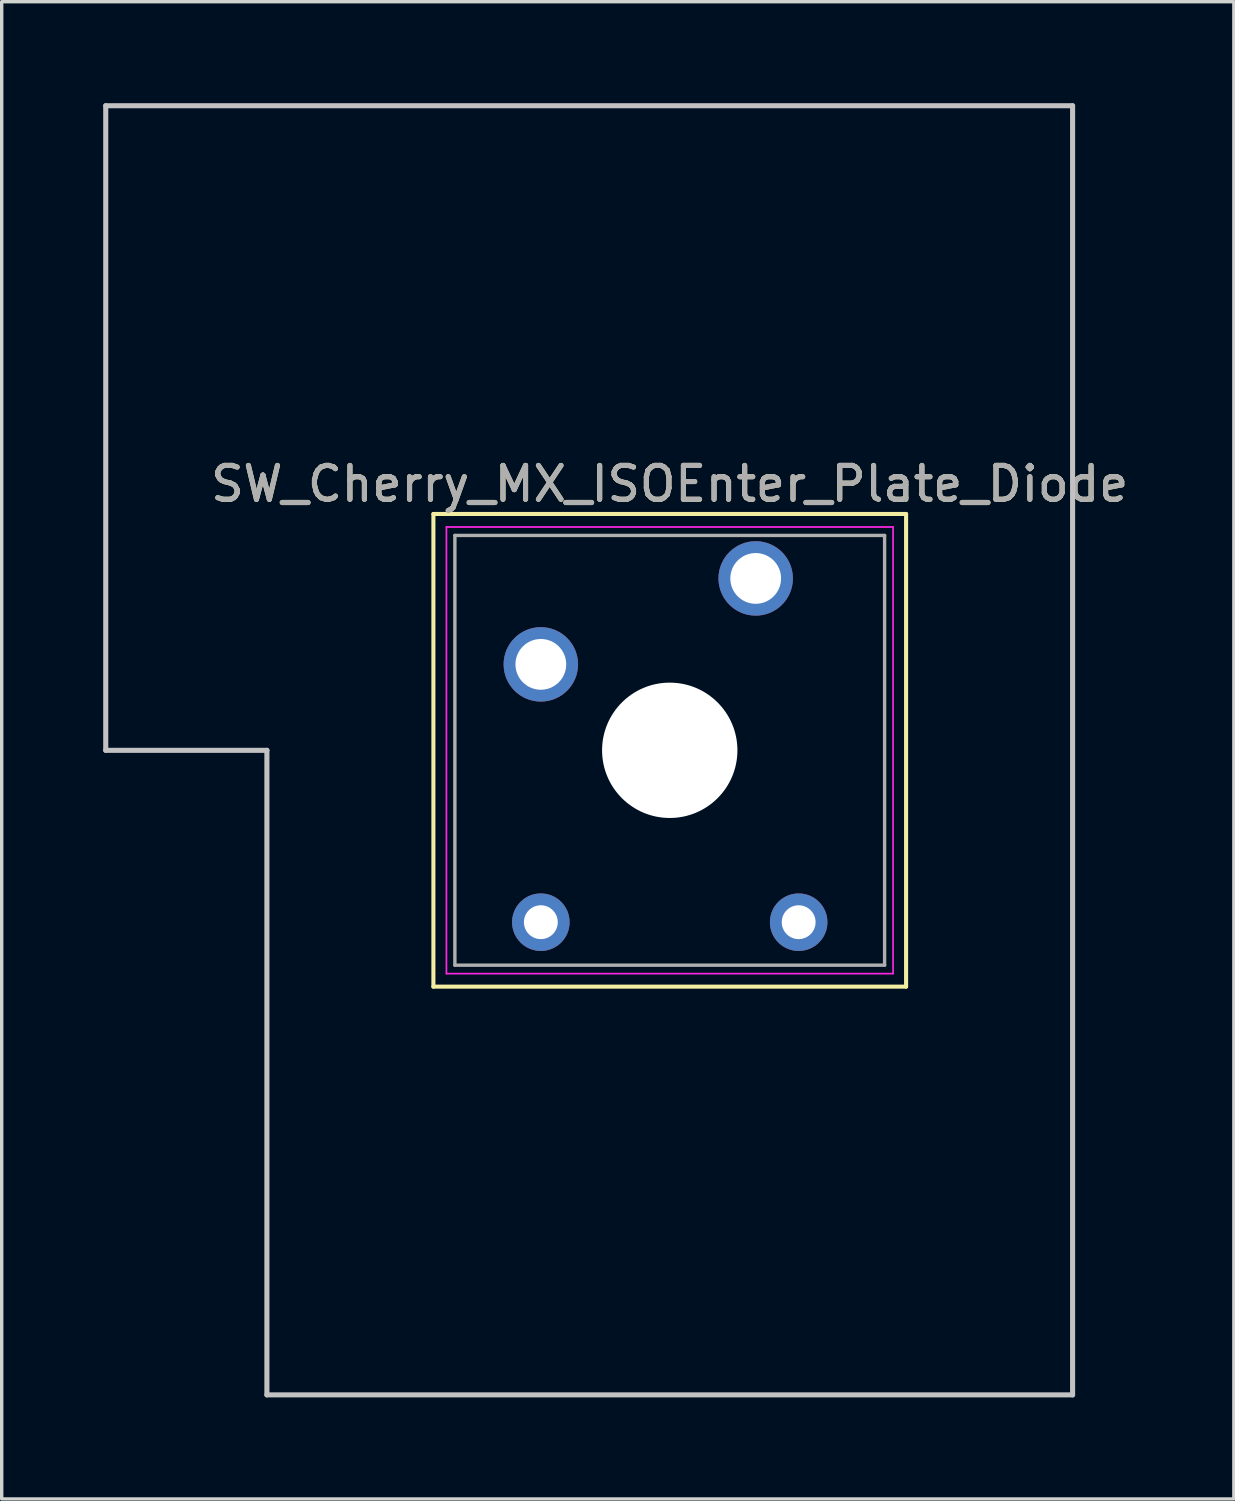
<source format=kicad_pcb>
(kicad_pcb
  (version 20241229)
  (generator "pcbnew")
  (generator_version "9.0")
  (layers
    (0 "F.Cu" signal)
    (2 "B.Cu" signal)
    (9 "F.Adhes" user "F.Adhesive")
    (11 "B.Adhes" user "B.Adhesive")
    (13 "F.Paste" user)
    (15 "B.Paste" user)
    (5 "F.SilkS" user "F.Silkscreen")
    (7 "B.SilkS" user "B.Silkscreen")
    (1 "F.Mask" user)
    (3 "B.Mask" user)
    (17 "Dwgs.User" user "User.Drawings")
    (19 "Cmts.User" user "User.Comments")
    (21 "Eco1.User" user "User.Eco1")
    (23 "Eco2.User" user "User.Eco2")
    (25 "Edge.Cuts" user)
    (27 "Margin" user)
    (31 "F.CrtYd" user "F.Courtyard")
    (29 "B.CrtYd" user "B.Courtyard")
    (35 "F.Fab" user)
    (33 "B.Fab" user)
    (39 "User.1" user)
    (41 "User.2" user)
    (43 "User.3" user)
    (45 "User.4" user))
  (footprint "SW_Cherry_MX_ISOEnter_Plate_Diode"
    (layer "F.Cu")
    (at 19.284 14.045)
    (property "Reference" "SW_Cherry_MX_ISOEnter_Plate_Diode" (at -2.54 -2.794 0) (layer "F.SilkS") (effects (font (size 1 1) (thickness 0.15))))
    (attr through_hole)
    (fp_line (start -9.525 -1.905) (end 4.445 -1.905) (stroke (width 0.12) (type solid)) (layer "F.SilkS"))
    (fp_line (start -9.525 12.065) (end -9.525 -1.905) (stroke (width 0.12) (type solid)) (layer "F.SilkS"))
    (fp_line (start 4.445 -1.905) (end 4.445 12.065) (stroke (width 0.12) (type solid)) (layer "F.SilkS"))
    (fp_line (start 4.445 12.065) (end -9.525 12.065) (stroke (width 0.12) (type solid)) (layer "F.SilkS"))
    (fp_line (start -19.209 -13.97) (end 9.366 -13.97) (stroke (width 0.15) (type solid)) (layer "Dwgs.User"))
    (fp_line (start -19.209 5.08) (end -19.209 -13.97) (stroke (width 0.15) (type solid)) (layer "Dwgs.User"))
    (fp_line (start -14.446 5.08) (end -19.209 5.08) (stroke (width 0.15) (type solid)) (layer "Dwgs.User"))
    (fp_line (start -14.446 24.13) (end -14.446 5.08) (stroke (width 0.15) (type solid)) (layer "Dwgs.User"))
    (fp_line (start 9.366 -13.97) (end 9.366 24.13) (stroke (width 0.15) (type solid)) (layer "Dwgs.User"))
    (fp_line (start 9.366 24.13) (end -14.446 24.13) (stroke (width 0.15) (type solid)) (layer "Dwgs.User"))
    (fp_line (start -9.14 -1.52) (end 4.06 -1.52) (stroke (width 0.05) (type solid)) (layer "F.CrtYd"))
    (fp_line (start -9.14 11.68) (end -9.14 -1.52) (stroke (width 0.05) (type solid)) (layer "F.CrtYd"))
    (fp_line (start 4.06 -1.52) (end 4.06 11.68) (stroke (width 0.05) (type solid)) (layer "F.CrtYd"))
    (fp_line (start 4.06 11.68) (end -9.14 11.68) (stroke (width 0.05) (type solid)) (layer "F.CrtYd"))
    (fp_line (start -8.89 -1.27) (end 3.81 -1.27) (stroke (width 0.1) (type solid)) (layer "F.Fab"))
    (fp_line (start -8.89 11.43) (end -8.89 -1.27) (stroke (width 0.1) (type solid)) (layer "F.Fab"))
    (fp_line (start 3.81 -1.27) (end 3.81 11.43) (stroke (width 0.1) (type solid)) (layer "F.Fab"))
    (fp_line (start 3.81 11.43) (end -8.89 11.43) (stroke (width 0.1) (type solid)) (layer "F.Fab"))
    (fp_text user "${REFERENCE}" (at -2.54 -2.794 0) (layer "F.Fab") (effects (font (size 1 1) (thickness 0.15))))
    (pad "" np_thru_hole circle (at -2.54 5.08) (size 4 4) (drill 4) (layers "*.Cu" "*.Mask"))
    (pad "1" thru_hole circle (at 0 0) (size 2.2 2.2) (drill 1.5) (layers "*.Cu" "*.Mask"))
    (pad "2" thru_hole circle (at -6.35 2.54) (size 2.2 2.2) (drill 1.5) (layers "*.Cu" "*.Mask"))
    (pad "3" thru_hole circle (at 1.27 10.16) (size 1.7 1.7) (drill 1) (layers "*.Cu" "*.Mask"))
    (pad "4" thru_hole circle (at -6.35 10.16) (size 1.7 1.7) (drill 1) (layers "*.Cu" "*.Mask")))
  (gr_rect
    (start -3 -3)
    (end 33.416 41.25)
    (stroke (width 0.1) (type default))
    (fill no)
    (layer "Edge.Cuts")))
</source>
